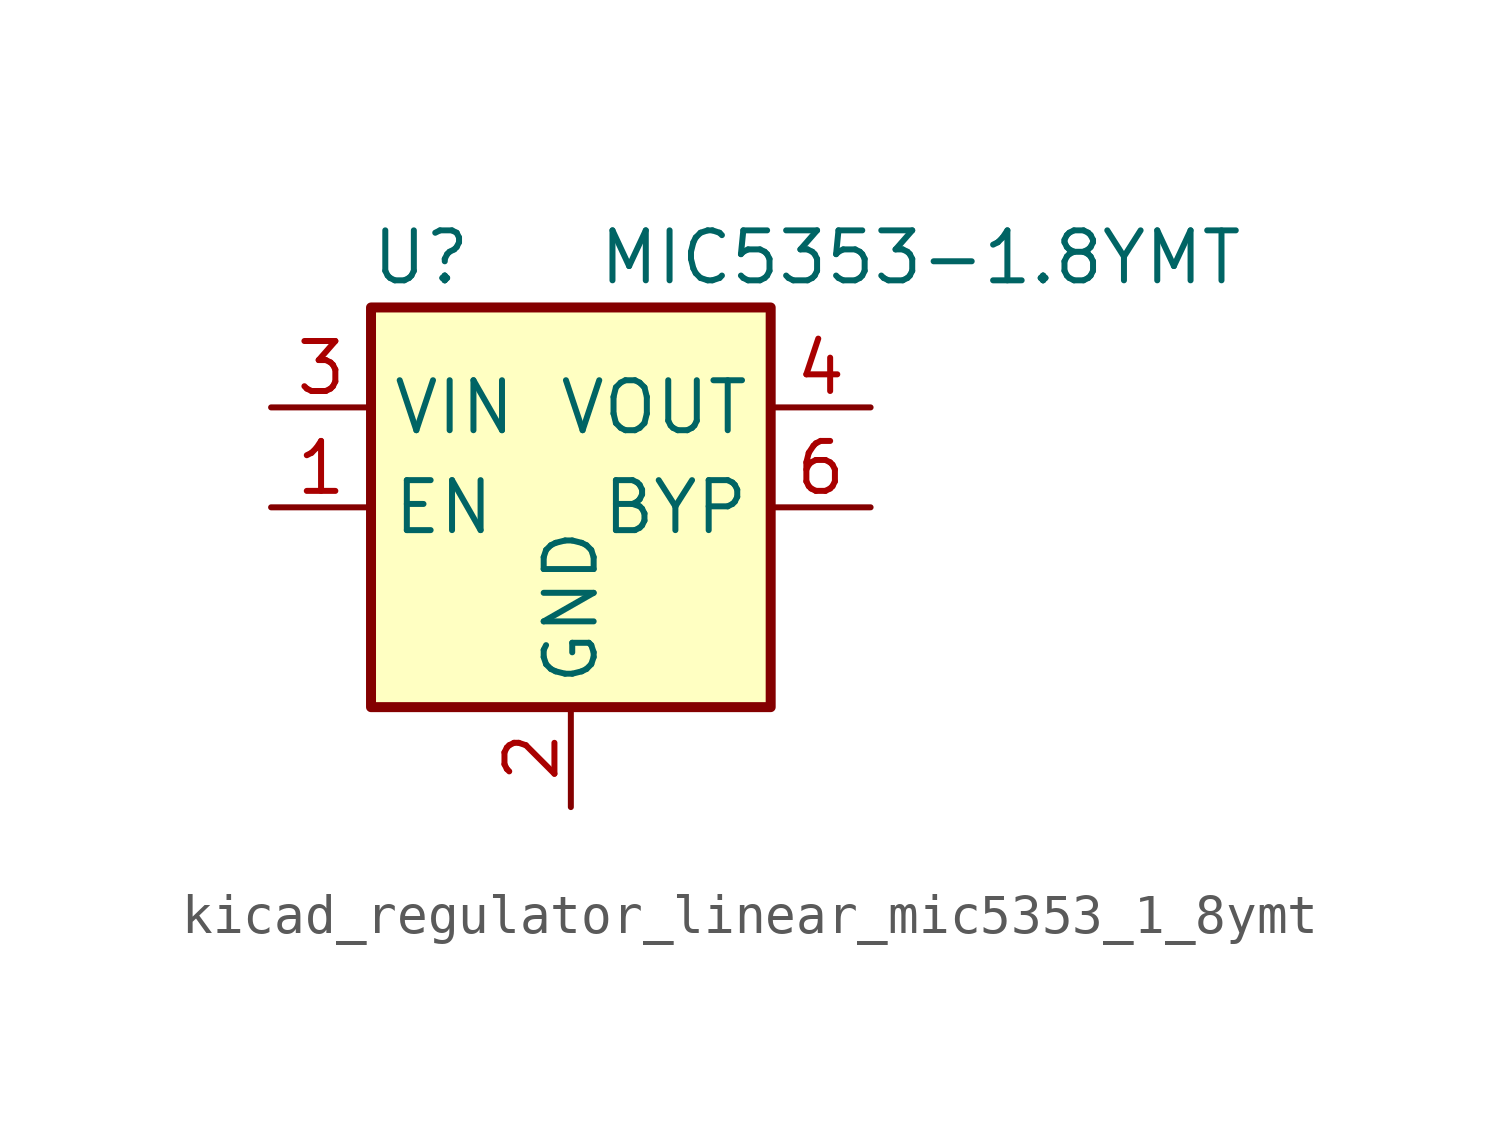
<source format=kicad_sym>
(kicad_symbol_lib
  (version 20220914)
  (generator kicad_symbol_editor)
  (symbol "kicad_regulator_linear_mic5353_1_8ymt"
    (property "Reference" "U"
      (at -3.81 6.35 0)
      (effects (font (size 1.27 1.27))))
    (property "Value" "MIC5353-1.8YMT"
      (at 8.89 6.35 0)
      (effects (font (size 1.27 1.27))))
    (symbol "kicad_regulator_linear_mic5353_1_8ymt_0_1"
      (rectangle (start -5.08 -5.08) (end 5.08 5.08) (stroke (width 0.254) (type default)) (fill (type background)))
      (pin input line (at -7.62 0 0) (length 2.54) (name "EN" (effects (font (size 1.27 1.27)))) (number "1" (effects (font (size 1.27 1.27)))))
      (pin power_in line (at 0 -7.62 90) (length 2.54) (name "GND" (effects (font (size 1.27 1.27)))) (number "2" (effects (font (size 1.27 1.27)))))
      (pin power_in line (at -7.62 2.54 0) (length 2.54) (name "VIN" (effects (font (size 1.27 1.27)))) (number "3" (effects (font (size 1.27 1.27)))))
      (pin power_out line (at 7.62 2.54 180) (length 2.54) (name "VOUT" (effects (font (size 1.27 1.27)))) (number "4" (effects (font (size 1.27 1.27)))))
      (pin no_connect line (at 5.08 -2.54 180) (length 2.54) hide (name "NC" (effects (font (size 1.27 1.27)))) (number "5" (effects (font (size 1.27 1.27)))))
      (pin passive line (at 7.62 0 180) (length 2.54) (name "BYP" (effects (font (size 1.27 1.27)))) (number "6" (effects (font (size 1.27 1.27)))))
      (pin passive line (at 0 -7.62 90) (length 2.54) hide (name "GND" (effects (font (size 1.27 1.27)))) (number "7" (effects (font (size 1.27 1.27))))))))
</source>
